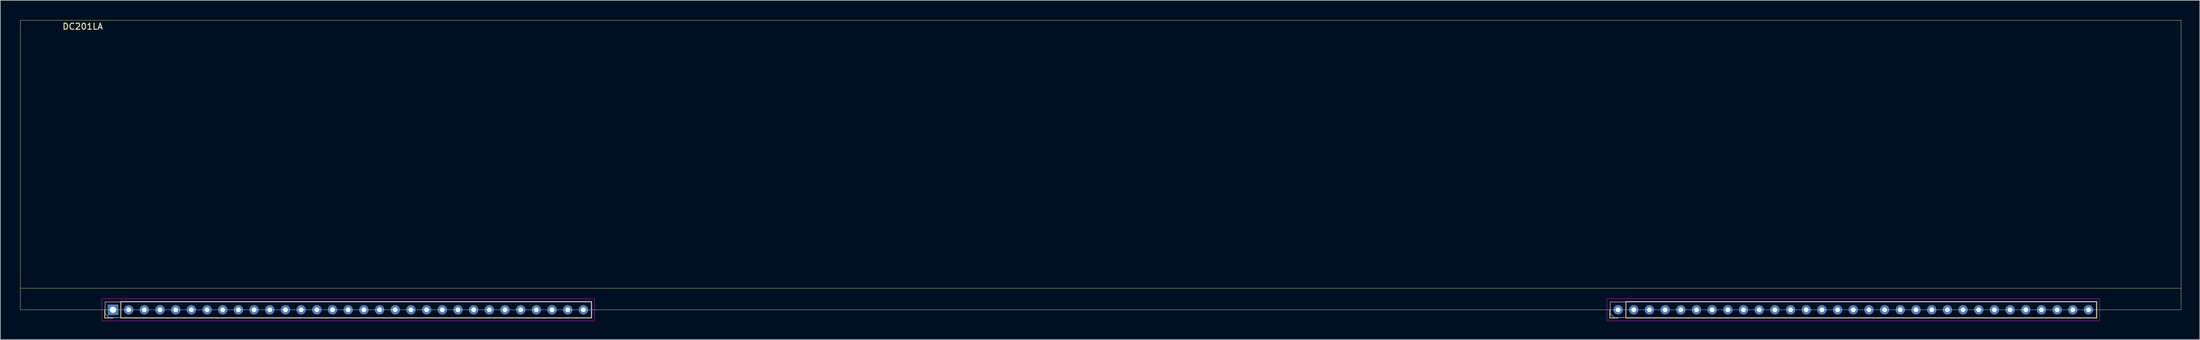
<source format=kicad_pcb>
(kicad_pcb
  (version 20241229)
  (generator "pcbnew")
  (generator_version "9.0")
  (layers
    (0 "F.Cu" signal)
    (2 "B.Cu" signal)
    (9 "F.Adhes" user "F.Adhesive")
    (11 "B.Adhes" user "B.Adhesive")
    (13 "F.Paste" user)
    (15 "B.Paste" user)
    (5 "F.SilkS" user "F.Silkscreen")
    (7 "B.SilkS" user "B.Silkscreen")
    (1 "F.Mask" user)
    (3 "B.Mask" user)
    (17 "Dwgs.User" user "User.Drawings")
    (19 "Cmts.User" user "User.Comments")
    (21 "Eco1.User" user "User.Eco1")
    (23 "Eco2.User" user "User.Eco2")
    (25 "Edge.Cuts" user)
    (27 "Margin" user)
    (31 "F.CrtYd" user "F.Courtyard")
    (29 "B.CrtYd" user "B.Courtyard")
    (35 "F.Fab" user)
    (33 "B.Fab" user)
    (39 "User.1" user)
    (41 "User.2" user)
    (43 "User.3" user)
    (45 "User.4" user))
  (footprint "DC201LA"
    (layer "F.Cu")
    (at 0.25 0.25)
    (property "Reference" "DC201LA" (at 10.1 1 0) (layer "F.SilkS") (effects (font (size 1 1) (thickness 0.15))))
    (attr through_hole)
    (fp_line (start 0 0) (end 350 0) (stroke (width 0.05) (type solid)) (layer "F.SilkS"))
    (fp_line (start 0 43.5) (end 0 0) (stroke (width 0.05) (type solid)) (layer "F.SilkS"))
    (fp_line (start 0 43.5) (end 0 47) (stroke (width 0.05) (type solid)) (layer "F.SilkS"))
    (fp_line (start 0 47) (end 350 47) (stroke (width 0.05) (type solid)) (layer "F.SilkS"))
    (fp_line (start 13.67 48.33) (end 13.67 47) (stroke (width 0.12) (type solid)) (layer "F.SilkS"))
    (fp_line (start 15 48.33) (end 13.67 48.33) (stroke (width 0.12) (type solid)) (layer "F.SilkS"))
    (fp_line (start 16.27 45.67) (end 92.53 45.67) (stroke (width 0.12) (type solid)) (layer "F.SilkS"))
    (fp_line (start 16.27 48.33) (end 16.27 45.67) (stroke (width 0.12) (type solid)) (layer "F.SilkS"))
    (fp_line (start 16.27 48.33) (end 92.53 48.33) (stroke (width 0.12) (type solid)) (layer "F.SilkS"))
    (fp_line (start 92.53 48.33) (end 92.53 45.67) (stroke (width 0.12) (type solid)) (layer "F.SilkS"))
    (fp_line (start 257.47 48.33) (end 257.47 47) (stroke (width 0.12) (type solid)) (layer "F.SilkS"))
    (fp_line (start 258.8 48.33) (end 257.47 48.33) (stroke (width 0.12) (type solid)) (layer "F.SilkS"))
    (fp_line (start 260.07 45.67) (end 336.33 45.67) (stroke (width 0.12) (type solid)) (layer "F.SilkS"))
    (fp_line (start 260.07 48.33) (end 260.07 45.67) (stroke (width 0.12) (type solid)) (layer "F.SilkS"))
    (fp_line (start 260.07 48.33) (end 336.33 48.33) (stroke (width 0.12) (type solid)) (layer "F.SilkS"))
    (fp_line (start 336.33 48.33) (end 336.33 45.67) (stroke (width 0.12) (type solid)) (layer "F.SilkS"))
    (fp_line (start 350 0) (end 350 43.5) (stroke (width 0.05) (type solid)) (layer "F.SilkS"))
    (fp_line (start 350 43.5) (end 0 43.5) (stroke (width 0.05) (type solid)) (layer "F.SilkS"))
    (fp_line (start 350 47) (end 350 43.5) (stroke (width 0.05) (type solid)) (layer "F.SilkS"))
    (fp_line (start 13.2 45.2) (end 13.2 48.8) (stroke (width 0.05) (type solid)) (layer "F.CrtYd"))
    (fp_line (start 13.2 48.8) (end 93 48.8) (stroke (width 0.05) (type solid)) (layer "F.CrtYd"))
    (fp_line (start 93 45.2) (end 13.2 45.2) (stroke (width 0.05) (type solid)) (layer "F.CrtYd"))
    (fp_line (start 93 48.8) (end 93 45.2) (stroke (width 0.05) (type solid)) (layer "F.CrtYd"))
    (fp_line (start 257 45.2) (end 257 48.8) (stroke (width 0.05) (type solid)) (layer "F.CrtYd"))
    (fp_line (start 257 48.8) (end 336.8 48.8) (stroke (width 0.05) (type solid)) (layer "F.CrtYd"))
    (fp_line (start 336.8 45.2) (end 257 45.2) (stroke (width 0.05) (type solid)) (layer "F.CrtYd"))
    (fp_line (start 336.8 48.8) (end 336.8 45.2) (stroke (width 0.05) (type solid)) (layer "F.CrtYd"))
    (fp_line (start 13.73 45.73) (end 92.47 45.73) (stroke (width 0.1) (type solid)) (layer "F.Fab"))
    (fp_line (start 13.73 47.635) (end 13.73 45.73) (stroke (width 0.1) (type solid)) (layer "F.Fab"))
    (fp_line (start 14.365 48.27) (end 13.73 47.635) (stroke (width 0.1) (type solid)) (layer "F.Fab"))
    (fp_line (start 92.47 45.73) (end 92.47 48.27) (stroke (width 0.1) (type solid)) (layer "F.Fab"))
    (fp_line (start 92.47 48.27) (end 14.365 48.27) (stroke (width 0.1) (type solid)) (layer "F.Fab"))
    (fp_line (start 257.53 45.73) (end 336.27 45.73) (stroke (width 0.1) (type solid)) (layer "F.Fab"))
    (fp_line (start 257.53 47.635) (end 257.53 45.73) (stroke (width 0.1) (type solid)) (layer "F.Fab"))
    (fp_line (start 258.165 48.27) (end 257.53 47.635) (stroke (width 0.1) (type solid)) (layer "F.Fab"))
    (fp_line (start 336.27 45.73) (end 336.27 48.27) (stroke (width 0.1) (type solid)) (layer "F.Fab"))
    (fp_line (start 336.27 48.27) (end 258.165 48.27) (stroke (width 0.1) (type solid)) (layer "F.Fab"))
    (pad "1" thru_hole rect (at 15 47 90) (size 1.7 1.7) (drill 1) (layers "*.Cu" "*.Mask"))
    (pad "2" thru_hole circle (at 17.54 47) (size 1.524 1.524) (drill 0.762) (layers "*.Cu" "*.Mask"))
    (pad "3" thru_hole circle (at 20.08 47) (size 1.524 1.524) (drill 0.762) (layers "*.Cu" "*.Mask"))
    (pad "4" thru_hole circle (at 22.62 47) (size 1.524 1.524) (drill 0.762) (layers "*.Cu" "*.Mask"))
    (pad "5" thru_hole circle (at 25.16 47) (size 1.524 1.524) (drill 0.762) (layers "*.Cu" "*.Mask"))
    (pad "6" thru_hole circle (at 27.7 47) (size 1.524 1.524) (drill 0.762) (layers "*.Cu" "*.Mask"))
    (pad "7" thru_hole circle (at 30.24 47) (size 1.524 1.524) (drill 0.762) (layers "*.Cu" "*.Mask"))
    (pad "8" thru_hole circle (at 32.78 47) (size 1.524 1.524) (drill 0.762) (layers "*.Cu" "*.Mask"))
    (pad "9" thru_hole circle (at 35.32 47) (size 1.524 1.524) (drill 0.762) (layers "*.Cu" "*.Mask"))
    (pad "10" thru_hole circle (at 37.86 47) (size 1.524 1.524) (drill 0.762) (layers "*.Cu" "*.Mask"))
    (pad "11" thru_hole circle (at 40.4 47) (size 1.524 1.524) (drill 0.762) (layers "*.Cu" "*.Mask"))
    (pad "12" thru_hole circle (at 42.94 47) (size 1.524 1.524) (drill 0.762) (layers "*.Cu" "*.Mask"))
    (pad "13" thru_hole circle (at 45.48 47) (size 1.524 1.524) (drill 0.762) (layers "*.Cu" "*.Mask"))
    (pad "14" thru_hole circle (at 48.02 47) (size 1.524 1.524) (drill 0.762) (layers "*.Cu" "*.Mask"))
    (pad "15" thru_hole circle (at 50.56 47) (size 1.524 1.524) (drill 0.762) (layers "*.Cu" "*.Mask"))
    (pad "16" thru_hole circle (at 53.1 47) (size 1.524 1.524) (drill 0.762) (layers "*.Cu" "*.Mask"))
    (pad "17" thru_hole circle (at 55.64 47) (size 1.524 1.524) (drill 0.762) (layers "*.Cu" "*.Mask"))
    (pad "18" thru_hole circle (at 58.18 47) (size 1.524 1.524) (drill 0.762) (layers "*.Cu" "*.Mask"))
    (pad "19" thru_hole circle (at 60.72 47) (size 1.524 1.524) (drill 0.762) (layers "*.Cu" "*.Mask"))
    (pad "20" thru_hole circle (at 63.26 47) (size 1.524 1.524) (drill 0.762) (layers "*.Cu" "*.Mask"))
    (pad "21" thru_hole circle (at 65.8 47) (size 1.524 1.524) (drill 0.762) (layers "*.Cu" "*.Mask"))
    (pad "22" thru_hole circle (at 68.34 47) (size 1.524 1.524) (drill 0.762) (layers "*.Cu" "*.Mask"))
    (pad "23" thru_hole circle (at 70.88 47) (size 1.524 1.524) (drill 0.762) (layers "*.Cu" "*.Mask"))
    (pad "24" thru_hole circle (at 73.42 47) (size 1.524 1.524) (drill 0.762) (layers "*.Cu" "*.Mask"))
    (pad "25" thru_hole circle (at 75.96 47) (size 1.524 1.524) (drill 0.762) (layers "*.Cu" "*.Mask"))
    (pad "26" thru_hole circle (at 78.5 47) (size 1.524 1.524) (drill 0.762) (layers "*.Cu" "*.Mask"))
    (pad "27" thru_hole circle (at 81.04 47) (size 1.524 1.524) (drill 0.762) (layers "*.Cu" "*.Mask"))
    (pad "28" thru_hole circle (at 83.58 47) (size 1.524 1.524) (drill 0.762) (layers "*.Cu" "*.Mask"))
    (pad "29" thru_hole circle (at 86.12 47) (size 1.524 1.524) (drill 0.762) (layers "*.Cu" "*.Mask"))
    (pad "30" thru_hole circle (at 88.66 47) (size 1.524 1.524) (drill 0.762) (layers "*.Cu" "*.Mask"))
    (pad "31" thru_hole circle (at 91.2 47) (size 1.524 1.524) (drill 0.762) (layers "*.Cu" "*.Mask"))
    (pad "32" thru_hole circle (at 258.8 47) (size 1.524 1.524) (drill 0.762) (layers "*.Cu" "*.Mask"))
    (pad "33" thru_hole circle (at 261.34 47) (size 1.524 1.524) (drill 0.762) (layers "*.Cu" "*.Mask"))
    (pad "34" thru_hole circle (at 263.88 47) (size 1.524 1.524) (drill 0.762) (layers "*.Cu" "*.Mask"))
    (pad "35" thru_hole circle (at 266.42 47) (size 1.524 1.524) (drill 0.762) (layers "*.Cu" "*.Mask"))
    (pad "36" thru_hole circle (at 268.96 47) (size 1.524 1.524) (drill 0.762) (layers "*.Cu" "*.Mask"))
    (pad "37" thru_hole circle (at 271.5 47) (size 1.524 1.524) (drill 0.762) (layers "*.Cu" "*.Mask"))
    (pad "38" thru_hole circle (at 274.04 47) (size 1.524 1.524) (drill 0.762) (layers "*.Cu" "*.Mask"))
    (pad "39" thru_hole circle (at 276.58 47) (size 1.524 1.524) (drill 0.762) (layers "*.Cu" "*.Mask"))
    (pad "40" thru_hole circle (at 279.12 47) (size 1.524 1.524) (drill 0.762) (layers "*.Cu" "*.Mask"))
    (pad "41" thru_hole circle (at 281.66 47) (size 1.524 1.524) (drill 0.762) (layers "*.Cu" "*.Mask"))
    (pad "42" thru_hole circle (at 284.2 47) (size 1.524 1.524) (drill 0.762) (layers "*.Cu" "*.Mask"))
    (pad "43" thru_hole circle (at 286.74 47) (size 1.524 1.524) (drill 0.762) (layers "*.Cu" "*.Mask"))
    (pad "44" thru_hole circle (at 289.28 47) (size 1.524 1.524) (drill 0.762) (layers "*.Cu" "*.Mask"))
    (pad "45" thru_hole circle (at 291.82 47) (size 1.524 1.524) (drill 0.762) (layers "*.Cu" "*.Mask"))
    (pad "46" thru_hole circle (at 294.36 47) (size 1.524 1.524) (drill 0.762) (layers "*.Cu" "*.Mask"))
    (pad "47" thru_hole circle (at 296.9 47) (size 1.524 1.524) (drill 0.762) (layers "*.Cu" "*.Mask"))
    (pad "48" thru_hole circle (at 299.44 47) (size 1.524 1.524) (drill 0.762) (layers "*.Cu" "*.Mask"))
    (pad "49" thru_hole circle (at 301.98 47) (size 1.524 1.524) (drill 0.762) (layers "*.Cu" "*.Mask"))
    (pad "50" thru_hole circle (at 304.52 47) (size 1.524 1.524) (drill 0.762) (layers "*.Cu" "*.Mask"))
    (pad "51" thru_hole circle (at 307.06 47) (size 1.524 1.524) (drill 0.762) (layers "*.Cu" "*.Mask"))
    (pad "52" thru_hole circle (at 309.6 47) (size 1.524 1.524) (drill 0.762) (layers "*.Cu" "*.Mask"))
    (pad "53" thru_hole circle (at 312.14 47) (size 1.524 1.524) (drill 0.762) (layers "*.Cu" "*.Mask"))
    (pad "54" thru_hole circle (at 314.68 47) (size 1.524 1.524) (drill 0.762) (layers "*.Cu" "*.Mask"))
    (pad "55" thru_hole circle (at 317.22 47) (size 1.524 1.524) (drill 0.762) (layers "*.Cu" "*.Mask"))
    (pad "56" thru_hole circle (at 319.76 47) (size 1.524 1.524) (drill 0.762) (layers "*.Cu" "*.Mask"))
    (pad "57" thru_hole circle (at 322.3 47) (size 1.524 1.524) (drill 0.762) (layers "*.Cu" "*.Mask"))
    (pad "58" thru_hole circle (at 324.84 47) (size 1.524 1.524) (drill 0.762) (layers "*.Cu" "*.Mask"))
    (pad "59" thru_hole circle (at 327.38 47) (size 1.524 1.524) (drill 0.762) (layers "*.Cu" "*.Mask"))
    (pad "60" thru_hole circle (at 329.92 47) (size 1.524 1.524) (drill 0.762) (layers "*.Cu" "*.Mask"))
    (pad "61" thru_hole circle (at 332.46 47) (size 1.524 1.524) (drill 0.762) (layers "*.Cu" "*.Mask"))
    (pad "62" thru_hole circle (at 335 47) (size 1.524 1.524) (drill 0.762) (layers "*.Cu" "*.Mask")))
  (gr_rect
    (start -3 -3)
    (end 353.275 52.075)
    (stroke (width 0.1) (type default))
    (fill no)
    (layer "Edge.Cuts")))
</source>
